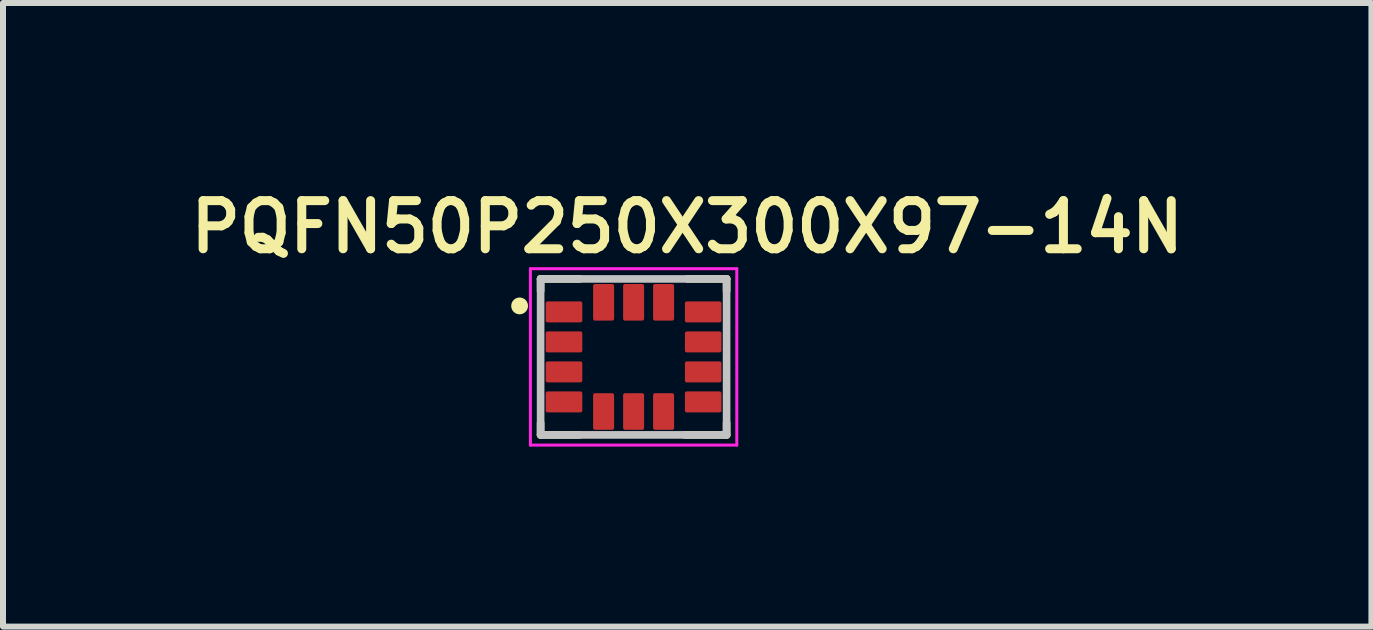
<source format=kicad_pcb>
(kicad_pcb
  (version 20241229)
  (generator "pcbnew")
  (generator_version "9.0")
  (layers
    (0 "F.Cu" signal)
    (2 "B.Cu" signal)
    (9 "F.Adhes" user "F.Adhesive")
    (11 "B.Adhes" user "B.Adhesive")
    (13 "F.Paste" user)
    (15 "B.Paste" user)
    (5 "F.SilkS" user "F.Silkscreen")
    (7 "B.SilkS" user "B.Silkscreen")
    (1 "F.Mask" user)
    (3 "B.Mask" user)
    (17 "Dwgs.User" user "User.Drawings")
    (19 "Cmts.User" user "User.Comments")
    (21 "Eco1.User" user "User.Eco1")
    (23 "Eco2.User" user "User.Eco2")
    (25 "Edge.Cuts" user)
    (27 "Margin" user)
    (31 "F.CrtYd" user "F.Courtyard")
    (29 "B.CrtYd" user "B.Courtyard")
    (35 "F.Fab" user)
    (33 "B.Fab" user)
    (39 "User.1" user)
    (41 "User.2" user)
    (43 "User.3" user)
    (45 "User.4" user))
  (footprint "PQFN50P250X300X97-14N"
    (layer "F.Cu")
    (at 7.511 2.899)
    (property "Reference" "PQFN50P250X300X97-14N" (at 0.893 -2.166 0) (layer "F.SilkS") (effects (font (size 0.803 0.803) (thickness 0.15))))
    (attr smd)
    (fp_line (start -1.55 -1.3) (end -0.9 -1.3) (stroke (width 0.127) (type solid)) (layer "F.SilkS"))
    (fp_line (start -1.55 -1.1) (end -1.55 -1.3) (stroke (width 0.127) (type solid)) (layer "F.SilkS"))
    (fp_line (start -1.55 1.1) (end -1.55 1.3) (stroke (width 0.127) (type solid)) (layer "F.SilkS"))
    (fp_line (start -1.55 1.3) (end -0.9 1.3) (stroke (width 0.127) (type solid)) (layer "F.SilkS"))
    (fp_line (start 0.85 1.3) (end 1.55 1.3) (stroke (width 0.127) (type solid)) (layer "F.SilkS"))
    (fp_line (start 0.9 -1.3) (end 1.55 -1.3) (stroke (width 0.127) (type solid)) (layer "F.SilkS"))
    (fp_line (start 1.55 -1.3) (end 1.55 -1.1) (stroke (width 0.127) (type solid)) (layer "F.SilkS"))
    (fp_line (start 1.55 1.3) (end 1.55 1.1) (stroke (width 0.127) (type solid)) (layer "F.SilkS"))
    (fp_circle (center -1.9 -0.85) (end -1.83 -0.85) (stroke (width 0.14) (type solid)) (fill no) (layer "F.SilkS"))
    (fp_line (start -1.55 -1.3) (end 1.55 -1.3) (stroke (width 0.127) (type solid)) (layer "Dwgs.User"))
    (fp_line (start -1.55 1.3) (end -1.55 -1.3) (stroke (width 0.127) (type solid)) (layer "Dwgs.User"))
    (fp_line (start 1.55 -1.3) (end 1.55 1.3) (stroke (width 0.127) (type solid)) (layer "Dwgs.User"))
    (fp_line (start 1.55 1.3) (end -1.55 1.3) (stroke (width 0.127) (type solid)) (layer "Dwgs.User"))
    (fp_line (start -1.72 -1.47) (end -1.72 1.47) (stroke (width 0.05) (type solid)) (layer "F.CrtYd"))
    (fp_line (start -1.72 1.47) (end 1.72 1.47) (stroke (width 0.05) (type solid)) (layer "F.CrtYd"))
    (fp_line (start 1.72 -1.47) (end -1.72 -1.47) (stroke (width 0.05) (type solid)) (layer "F.CrtYd"))
    (fp_line (start 1.72 1.47) (end 1.72 -1.47) (stroke (width 0.05) (type solid)) (layer "F.CrtYd"))
    (pad "1" smd roundrect (at -1.16 -0.75) (size 0.61 0.35) (layers "F.Cu" "F.Mask" "F.Paste") (roundrect_rratio 0.09))
    (pad "2" smd roundrect (at -1.16 -0.25) (size 0.61 0.35) (layers "F.Cu" "F.Mask" "F.Paste") (roundrect_rratio 0.09))
    (pad "3" smd roundrect (at -1.16 0.25) (size 0.61 0.35) (layers "F.Cu" "F.Mask" "F.Paste") (roundrect_rratio 0.09))
    (pad "4" smd roundrect (at -1.16 0.75) (size 0.61 0.35) (layers "F.Cu" "F.Mask" "F.Paste") (roundrect_rratio 0.09))
    (pad "5" smd roundrect (at -0.5 0.91 90) (size 0.61 0.35) (layers "F.Cu" "F.Mask" "F.Paste") (roundrect_rratio 0.09))
    (pad "6" smd roundrect (at 0 0.91 90) (size 0.61 0.35) (layers "F.Cu" "F.Mask" "F.Paste") (roundrect_rratio 0.09))
    (pad "7" smd roundrect (at 0.5 0.91 90) (size 0.61 0.35) (layers "F.Cu" "F.Mask" "F.Paste") (roundrect_rratio 0.09))
    (pad "8" smd roundrect (at 1.16 0.75 180) (size 0.61 0.35) (layers "F.Cu" "F.Mask" "F.Paste") (roundrect_rratio 0.09))
    (pad "9" smd roundrect (at 1.16 0.25 180) (size 0.61 0.35) (layers "F.Cu" "F.Mask" "F.Paste") (roundrect_rratio 0.09))
    (pad "10" smd roundrect (at 1.16 -0.25 180) (size 0.61 0.35) (layers "F.Cu" "F.Mask" "F.Paste") (roundrect_rratio 0.09))
    (pad "11" smd roundrect (at 1.16 -0.75 180) (size 0.61 0.35) (layers "F.Cu" "F.Mask" "F.Paste") (roundrect_rratio 0.09))
    (pad "12" smd roundrect (at 0.5 -0.91 270) (size 0.61 0.35) (layers "F.Cu" "F.Mask" "F.Paste") (roundrect_rratio 0.09))
    (pad "13" smd roundrect (at 0 -0.91 270) (size 0.61 0.35) (layers "F.Cu" "F.Mask" "F.Paste") (roundrect_rratio 0.09))
    (pad "14" smd roundrect (at -0.5 -0.91 270) (size 0.61 0.35) (layers "F.Cu" "F.Mask" "F.Paste") (roundrect_rratio 0.09))
    (zone (net_name "") (layer "F.Cu") (hatch full 0.508) (connect_pads) (min_thickness 0.01) (filled_areas_thickness no) (keepout (tracks not_allowed) (vias not_allowed) (pads not_allowed) (copperpour not_allowed) (footprints allowed)) (placement (enabled no)) (fill) (polygon (pts (xy 6.911 2.499) (xy 8.111 2.499) (xy 8.111 3.299) (xy 6.911 3.299))))
    (zone (net_name "") (layers "F.Cu" "B.Cu") (hatch full 0.508) (connect_pads) (min_thickness 0.01) (filled_areas_thickness no) (keepout (tracks allowed) (vias not_allowed) (pads allowed) (copperpour allowed) (footprints allowed)) (placement (enabled no)) (fill) (polygon (pts (xy 6.911 2.499) (xy 8.111 2.499) (xy 8.111 3.299) (xy 6.911 3.299)))))
  (gr_rect
    (start -3 -3)
    (end 19.809 7.394)
    (stroke (width 0.1) (type default))
    (fill no)
    (layer "Edge.Cuts")))
</source>
